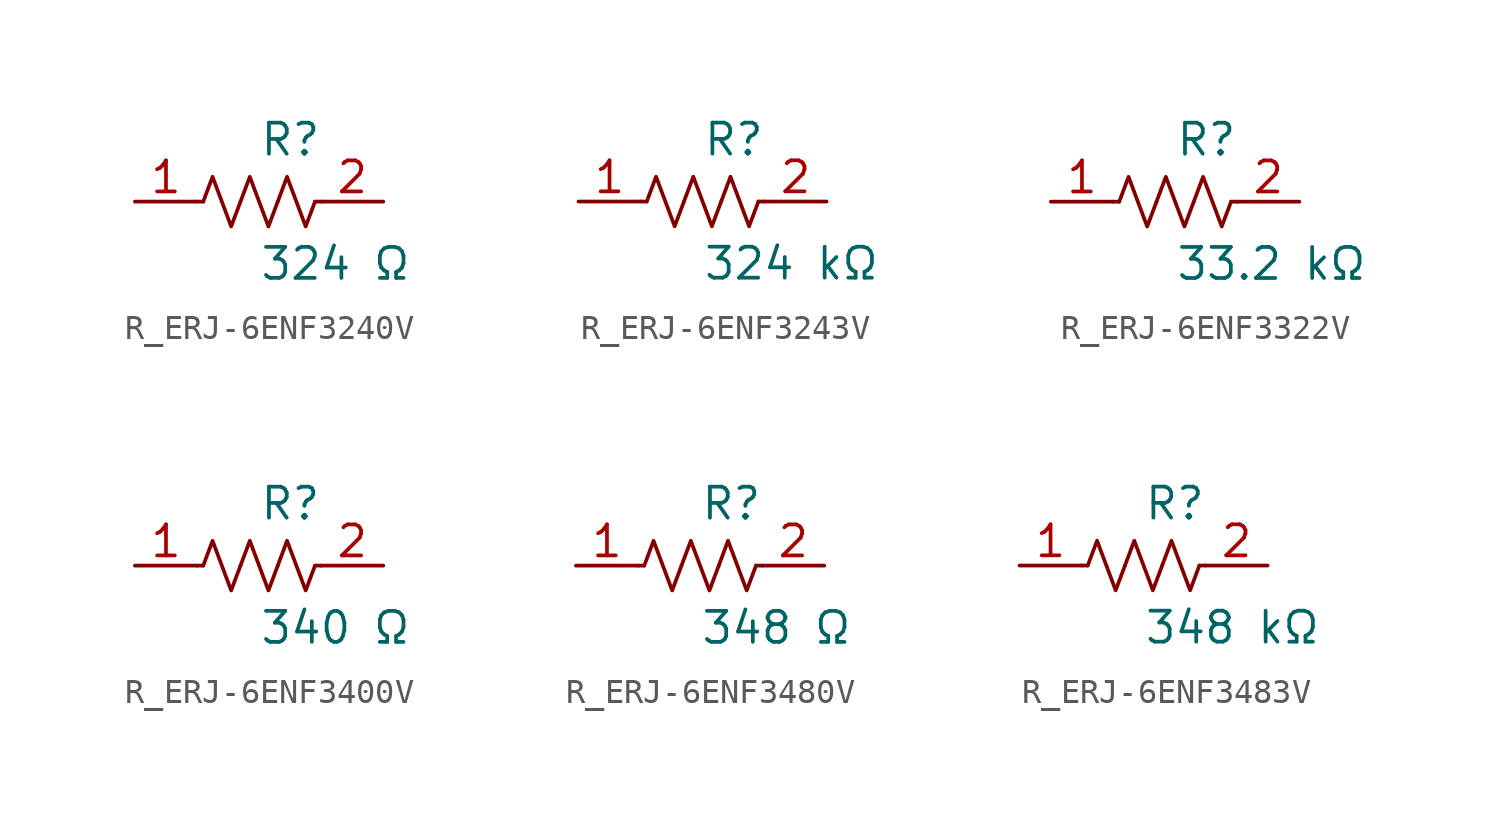
<source format=kicad_sym>
(kicad_symbol_lib
  (version 20231120)
  (generator kicad_symbol_editor)
  (generator_version 8.0)
  (symbol "R_ERJ-6ENF3240V"
    (pin_names
      (offset 0.254))
    (property "Reference" "R"
      (at 0.0 2.54 0)
      (effects (font (size 1.27 1.27)) (justify left)))
    (property "Value" "324 Ω"
      (at 0.0 -2.54 0)
      (effects (font (size 1.27 1.27)) (justify left)))
    (symbol "R_ERJ-6ENF3240V_0_1"
      (polyline (pts (xy 2.286 0) (xy 2.54 0)) (stroke (width 0) (type default)) (fill (type none)))
      (polyline (pts (xy -2.286 0) (xy -2.54 0)) (stroke (width 0) (type default)) (fill (type none)))
      (polyline (pts (xy 0.762 0) (xy 1.143 1.016) (xy 1.524 0) (xy 1.905 -1.016) (xy 2.286 0)) (stroke (width 0) (type default)) (fill (type none)))
      (polyline (pts (xy -0.762 0) (xy -0.381 1.016) (xy 0 0) (xy 0.381 -1.016) (xy 0.762 0)) (stroke (width 0) (type default)) (fill (type none)))
      (polyline (pts (xy -2.286 0) (xy -1.905 1.016) (xy -1.524 0) (xy -1.143 -1.016) (xy -0.762 0)) (stroke (width 0) (type default)) (fill (type none))))
    (pin unspecified line
      (at -5.08 0 0)
      (length 2.54)
      (name "" (effects (font (size 1.27 1.27))))
      (number "1" (effects (font (size 1.27 1.27)))))
    (pin unspecified line
      (at 5.08 0 180)
      (length 2.54)
      (name "" (effects (font (size 1.27 1.27))))
      (number "2" (effects (font (size 1.27 1.27))))))
  (symbol "R_ERJ-6ENF3243V"
    (pin_names
      (offset 0.254))
    (property "Reference" "R"
      (at 0.0 2.54 0)
      (effects (font (size 1.27 1.27)) (justify left)))
    (property "Value" "324 kΩ"
      (at 0.0 -2.54 0)
      (effects (font (size 1.27 1.27)) (justify left)))
    (symbol "R_ERJ-6ENF3243V_0_1"
      (polyline (pts (xy 2.286 0) (xy 2.54 0)) (stroke (width 0) (type default)) (fill (type none)))
      (polyline (pts (xy -2.286 0) (xy -2.54 0)) (stroke (width 0) (type default)) (fill (type none)))
      (polyline (pts (xy 0.762 0) (xy 1.143 1.016) (xy 1.524 0) (xy 1.905 -1.016) (xy 2.286 0)) (stroke (width 0) (type default)) (fill (type none)))
      (polyline (pts (xy -0.762 0) (xy -0.381 1.016) (xy 0 0) (xy 0.381 -1.016) (xy 0.762 0)) (stroke (width 0) (type default)) (fill (type none)))
      (polyline (pts (xy -2.286 0) (xy -1.905 1.016) (xy -1.524 0) (xy -1.143 -1.016) (xy -0.762 0)) (stroke (width 0) (type default)) (fill (type none))))
    (pin unspecified line
      (at -5.08 0 0)
      (length 2.54)
      (name "" (effects (font (size 1.27 1.27))))
      (number "1" (effects (font (size 1.27 1.27)))))
    (pin unspecified line
      (at 5.08 0 180)
      (length 2.54)
      (name "" (effects (font (size 1.27 1.27))))
      (number "2" (effects (font (size 1.27 1.27))))))
  (symbol "R_ERJ-6ENF3322V"
    (pin_names
      (offset 0.254))
    (property "Reference" "R"
      (at 0.0 2.54 0)
      (effects (font (size 1.27 1.27)) (justify left)))
    (property "Value" "33.2 kΩ"
      (at 0.0 -2.54 0)
      (effects (font (size 1.27 1.27)) (justify left)))
    (symbol "R_ERJ-6ENF3322V_0_1"
      (polyline (pts (xy 2.286 0) (xy 2.54 0)) (stroke (width 0) (type default)) (fill (type none)))
      (polyline (pts (xy -2.286 0) (xy -2.54 0)) (stroke (width 0) (type default)) (fill (type none)))
      (polyline (pts (xy 0.762 0) (xy 1.143 1.016) (xy 1.524 0) (xy 1.905 -1.016) (xy 2.286 0)) (stroke (width 0) (type default)) (fill (type none)))
      (polyline (pts (xy -0.762 0) (xy -0.381 1.016) (xy 0 0) (xy 0.381 -1.016) (xy 0.762 0)) (stroke (width 0) (type default)) (fill (type none)))
      (polyline (pts (xy -2.286 0) (xy -1.905 1.016) (xy -1.524 0) (xy -1.143 -1.016) (xy -0.762 0)) (stroke (width 0) (type default)) (fill (type none))))
    (pin unspecified line
      (at -5.08 0 0)
      (length 2.54)
      (name "" (effects (font (size 1.27 1.27))))
      (number "1" (effects (font (size 1.27 1.27)))))
    (pin unspecified line
      (at 5.08 0 180)
      (length 2.54)
      (name "" (effects (font (size 1.27 1.27))))
      (number "2" (effects (font (size 1.27 1.27))))))
  (symbol "R_ERJ-6ENF3400V"
    (pin_names
      (offset 0.254))
    (property "Reference" "R"
      (at 0.0 2.54 0)
      (effects (font (size 1.27 1.27)) (justify left)))
    (property "Value" "340 Ω"
      (at 0.0 -2.54 0)
      (effects (font (size 1.27 1.27)) (justify left)))
    (symbol "R_ERJ-6ENF3400V_0_1"
      (polyline (pts (xy 2.286 0) (xy 2.54 0)) (stroke (width 0) (type default)) (fill (type none)))
      (polyline (pts (xy -2.286 0) (xy -2.54 0)) (stroke (width 0) (type default)) (fill (type none)))
      (polyline (pts (xy 0.762 0) (xy 1.143 1.016) (xy 1.524 0) (xy 1.905 -1.016) (xy 2.286 0)) (stroke (width 0) (type default)) (fill (type none)))
      (polyline (pts (xy -0.762 0) (xy -0.381 1.016) (xy 0 0) (xy 0.381 -1.016) (xy 0.762 0)) (stroke (width 0) (type default)) (fill (type none)))
      (polyline (pts (xy -2.286 0) (xy -1.905 1.016) (xy -1.524 0) (xy -1.143 -1.016) (xy -0.762 0)) (stroke (width 0) (type default)) (fill (type none))))
    (pin unspecified line
      (at -5.08 0 0)
      (length 2.54)
      (name "" (effects (font (size 1.27 1.27))))
      (number "1" (effects (font (size 1.27 1.27)))))
    (pin unspecified line
      (at 5.08 0 180)
      (length 2.54)
      (name "" (effects (font (size 1.27 1.27))))
      (number "2" (effects (font (size 1.27 1.27))))))
  (symbol "R_ERJ-6ENF3480V"
    (pin_names
      (offset 0.254))
    (property "Reference" "R"
      (at 0.0 2.54 0)
      (effects (font (size 1.27 1.27)) (justify left)))
    (property "Value" "348 Ω"
      (at 0.0 -2.54 0)
      (effects (font (size 1.27 1.27)) (justify left)))
    (symbol "R_ERJ-6ENF3480V_0_1"
      (polyline (pts (xy 2.286 0) (xy 2.54 0)) (stroke (width 0) (type default)) (fill (type none)))
      (polyline (pts (xy -2.286 0) (xy -2.54 0)) (stroke (width 0) (type default)) (fill (type none)))
      (polyline (pts (xy 0.762 0) (xy 1.143 1.016) (xy 1.524 0) (xy 1.905 -1.016) (xy 2.286 0)) (stroke (width 0) (type default)) (fill (type none)))
      (polyline (pts (xy -0.762 0) (xy -0.381 1.016) (xy 0 0) (xy 0.381 -1.016) (xy 0.762 0)) (stroke (width 0) (type default)) (fill (type none)))
      (polyline (pts (xy -2.286 0) (xy -1.905 1.016) (xy -1.524 0) (xy -1.143 -1.016) (xy -0.762 0)) (stroke (width 0) (type default)) (fill (type none))))
    (pin unspecified line
      (at -5.08 0 0)
      (length 2.54)
      (name "" (effects (font (size 1.27 1.27))))
      (number "1" (effects (font (size 1.27 1.27)))))
    (pin unspecified line
      (at 5.08 0 180)
      (length 2.54)
      (name "" (effects (font (size 1.27 1.27))))
      (number "2" (effects (font (size 1.27 1.27))))))
  (symbol "R_ERJ-6ENF3483V"
    (pin_names
      (offset 0.254))
    (property "Reference" "R"
      (at 0.0 2.54 0)
      (effects (font (size 1.27 1.27)) (justify left)))
    (property "Value" "348 kΩ"
      (at 0.0 -2.54 0)
      (effects (font (size 1.27 1.27)) (justify left)))
    (symbol "R_ERJ-6ENF3483V_0_1"
      (polyline (pts (xy 2.286 0) (xy 2.54 0)) (stroke (width 0) (type default)) (fill (type none)))
      (polyline (pts (xy -2.286 0) (xy -2.54 0)) (stroke (width 0) (type default)) (fill (type none)))
      (polyline (pts (xy 0.762 0) (xy 1.143 1.016) (xy 1.524 0) (xy 1.905 -1.016) (xy 2.286 0)) (stroke (width 0) (type default)) (fill (type none)))
      (polyline (pts (xy -0.762 0) (xy -0.381 1.016) (xy 0 0) (xy 0.381 -1.016) (xy 0.762 0)) (stroke (width 0) (type default)) (fill (type none)))
      (polyline (pts (xy -2.286 0) (xy -1.905 1.016) (xy -1.524 0) (xy -1.143 -1.016) (xy -0.762 0)) (stroke (width 0) (type default)) (fill (type none))))
    (pin unspecified line
      (at -5.08 0 0)
      (length 2.54)
      (name "" (effects (font (size 1.27 1.27))))
      (number "1" (effects (font (size 1.27 1.27)))))
    (pin unspecified line
      (at 5.08 0 180)
      (length 2.54)
      (name "" (effects (font (size 1.27 1.27))))
      (number "2" (effects (font (size 1.27 1.27)))))))
</source>
